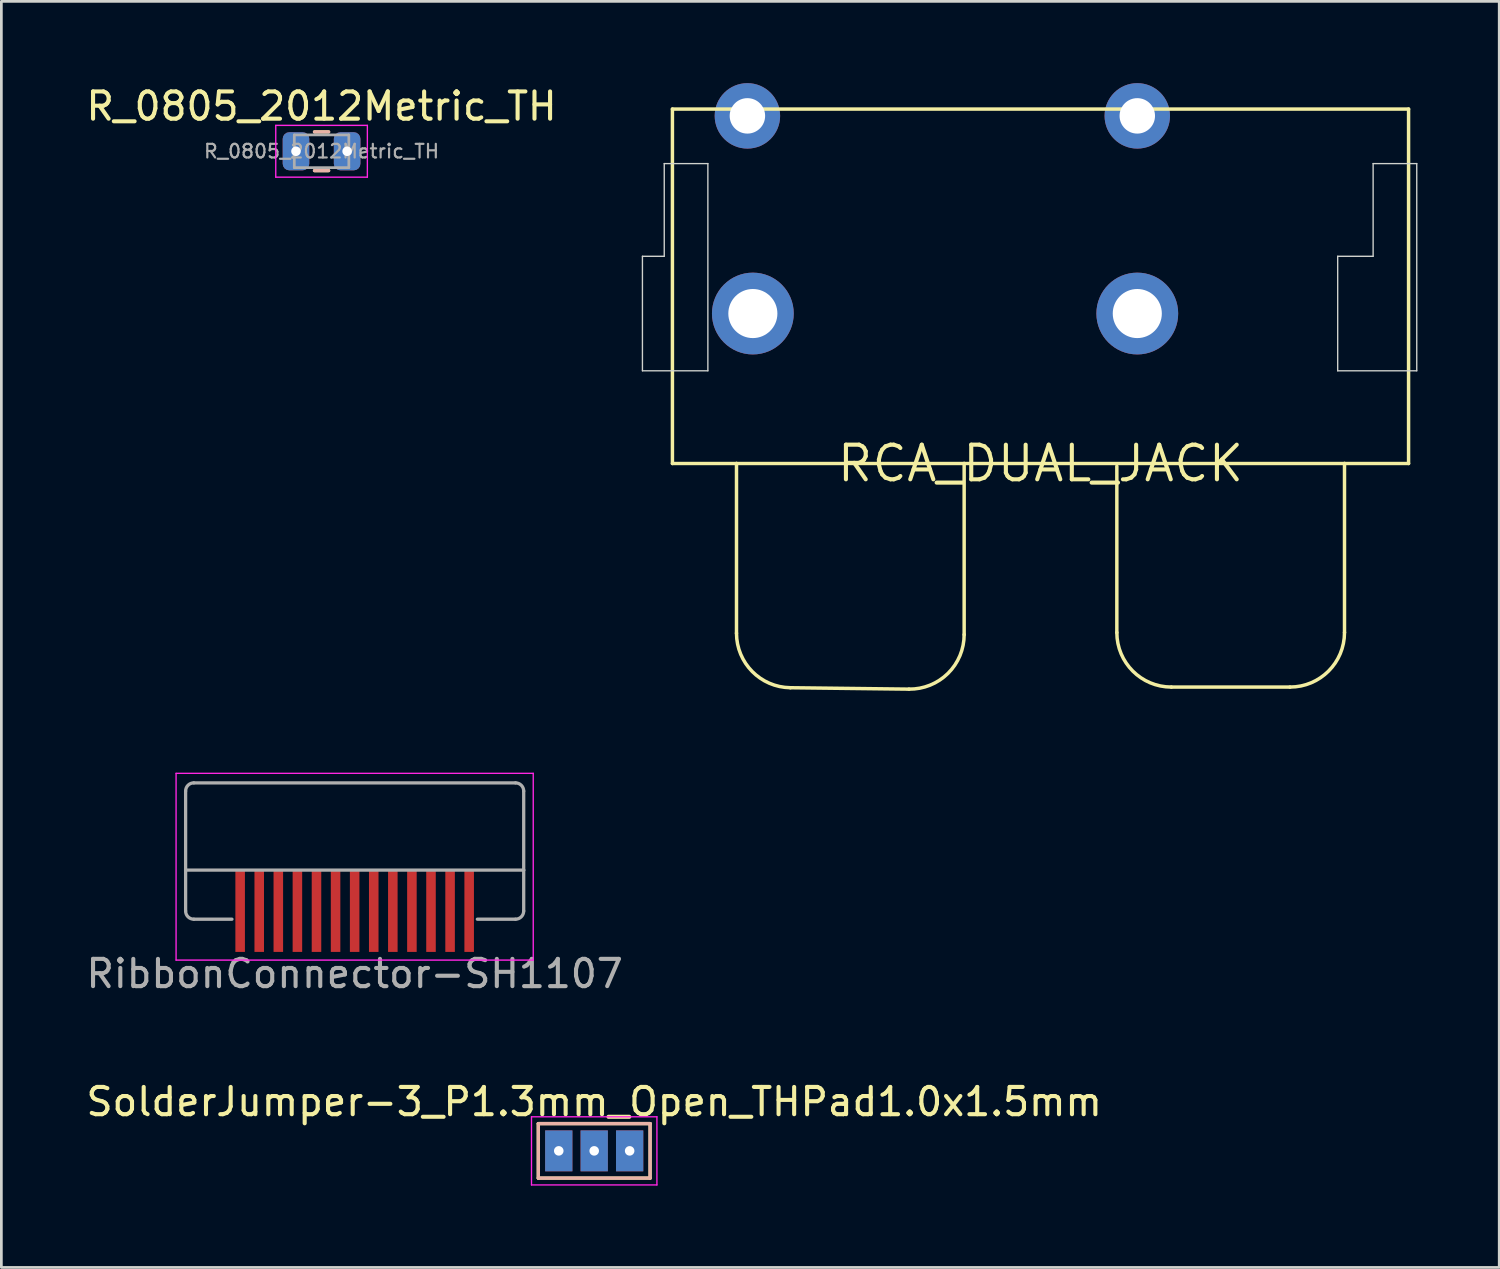
<source format=kicad_pcb>
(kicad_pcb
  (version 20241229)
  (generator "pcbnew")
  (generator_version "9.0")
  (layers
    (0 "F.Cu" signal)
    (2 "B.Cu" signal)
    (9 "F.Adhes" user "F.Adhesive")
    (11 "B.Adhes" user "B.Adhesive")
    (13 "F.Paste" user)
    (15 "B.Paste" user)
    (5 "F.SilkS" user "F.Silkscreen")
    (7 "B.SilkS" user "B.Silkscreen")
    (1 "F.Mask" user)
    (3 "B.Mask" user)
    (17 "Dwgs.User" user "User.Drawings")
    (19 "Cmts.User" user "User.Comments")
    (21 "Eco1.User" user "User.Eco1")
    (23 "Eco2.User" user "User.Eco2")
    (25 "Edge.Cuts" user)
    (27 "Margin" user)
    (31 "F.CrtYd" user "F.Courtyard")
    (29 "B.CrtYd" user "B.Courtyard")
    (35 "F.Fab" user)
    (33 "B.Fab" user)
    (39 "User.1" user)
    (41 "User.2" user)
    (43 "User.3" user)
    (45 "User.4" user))
  (footprint "RCA_DUAL_JACK"
    (layer "F.Cu")
    (at 35.113 13.95)
    (property "Reference" "RCA_DUAL_JACK" (at 0 0 0) (layer "F.SilkS") (effects (font (size 1.27 1.27) (thickness 0.15))))
    (attr through_hole)
    (fp_line (start -13.5 -13) (end 13.5 -13) (stroke (width 0.127) (type solid)) (layer "F.SilkS"))
    (fp_line (start -13.5 0) (end -13.5 -13) (stroke (width 0.127) (type solid)) (layer "F.SilkS"))
    (fp_line (start -13.5 0) (end -11.15 0) (stroke (width 0.127) (type solid)) (layer "F.SilkS"))
    (fp_line (start -11.15 0) (end -11.15 6.224) (stroke (width 0.127) (type solid)) (layer "F.SilkS"))
    (fp_line (start -11.15 0) (end -2.8 0) (stroke (width 0.127) (type solid)) (layer "F.SilkS"))
    (fp_line (start -9.174 8.224) (end -4.824 8.276) (stroke (width 0.127) (type solid)) (layer "F.SilkS"))
    (fp_line (start -2.8 0) (end 11.15 0) (stroke (width 0.127) (type solid)) (layer "F.SilkS"))
    (fp_line (start -2.8 6.276) (end -2.8 0) (stroke (width 0.127) (type solid)) (layer "F.SilkS"))
    (fp_line (start 2.8 0.1) (end 2.8 6.2) (stroke (width 0.127) (type solid)) (layer "F.SilkS"))
    (fp_line (start 4.8 8.2) (end 9.15 8.2) (stroke (width 0.127) (type solid)) (layer "F.SilkS"))
    (fp_line (start 11.15 0) (end 13.5 0) (stroke (width 0.127) (type solid)) (layer "F.SilkS"))
    (fp_line (start 11.15 6.2) (end 11.15 0) (stroke (width 0.127) (type solid)) (layer "F.SilkS"))
    (fp_line (start 13.5 -13) (end 13.5 0) (stroke (width 0.127) (type solid)) (layer "F.SilkS"))
    (fp_arc (start -9.173949 8.223665) (mid -10.572656 7.629529) (end -11.15 6.223809) (stroke (width 0.127) (type solid)) (layer "F.SilkS"))
    (fp_arc (start -2.799998 6.275903) (mid -3.394274 7.698565) (end -4.82395 8.275762) (stroke (width 0.127) (type solid)) (layer "F.SilkS"))
    (fp_arc (start 4.8 8.2) (mid 3.385786 7.614214) (end 2.8 6.2) (stroke (width 0.127) (type solid)) (layer "F.SilkS"))
    (fp_arc (start 11.15 6.2) (mid 10.564214 7.614214) (end 9.15 8.2) (stroke (width 0.127) (type solid)) (layer "F.SilkS"))
    (fp_line (start -14.6 -7.6) (end -14.6 -3.4) (stroke (width 0.05) (type solid)) (layer "Edge.Cuts"))
    (fp_line (start -14.6 -7.6) (end -13.8 -7.6) (stroke (width 0.05) (type solid)) (layer "Edge.Cuts"))
    (fp_line (start -14.6 -3.4) (end -12.2 -3.4) (stroke (width 0.05) (type solid)) (layer "Edge.Cuts"))
    (fp_line (start -13.8 -11) (end -12.2 -11) (stroke (width 0.05) (type solid)) (layer "Edge.Cuts"))
    (fp_line (start -13.8 -7.6) (end -13.8 -11) (stroke (width 0.05) (type solid)) (layer "Edge.Cuts"))
    (fp_line (start -12.2 -3.4) (end -12.2 -11) (stroke (width 0.05) (type solid)) (layer "Edge.Cuts"))
    (fp_line (start 10.9 -7.6) (end 12.2 -7.6) (stroke (width 0.05) (type solid)) (layer "Edge.Cuts"))
    (fp_line (start 10.9 -3.4) (end 10.9 -7.6) (stroke (width 0.05) (type solid)) (layer "Edge.Cuts"))
    (fp_line (start 12.2 -11) (end 12.2 -7.6) (stroke (width 0.05) (type solid)) (layer "Edge.Cuts"))
    (fp_line (start 13.8 -11) (end 12.2 -11) (stroke (width 0.05) (type solid)) (layer "Edge.Cuts"))
    (fp_line (start 13.8 -11) (end 13.8 -3.4) (stroke (width 0.05) (type solid)) (layer "Edge.Cuts"))
    (fp_line (start 13.8 -3.4) (end 10.9 -3.4) (stroke (width 0.05) (type solid)) (layer "Edge.Cuts"))
    (pad "1" thru_hole circle (at -10.75 -12.75) (size 2.4 2.4) (drill 1.3) (layers "*.Cu" "*.Mask"))
    (pad "2" thru_hole circle (at -10.55 -5.5) (size 3 3) (drill 1.8) (layers "*.Cu" "*.Mask"))
    (pad "3" thru_hole circle (at 3.55 -5.5) (size 3 3) (drill 1.8) (layers "*.Cu" "*.Mask"))
    (pad "4" thru_hole circle (at 3.55 -12.75) (size 2.4 2.4) (drill 1.3) (layers "*.Cu" "*.Mask")))
  (footprint "SolderJumper-3_P1.3mm_Open_THPad1.0x1.5mm"
    (layer "F.Cu")
    (at 18.744 39.161)
    (property "Reference" "SolderJumper-3_P1.3mm_Open_THPad1.0x1.5mm" (at 0 -1.8 0) (layer "F.SilkS") (effects (font (size 1 1) (thickness 0.15))))
    (attr exclude_from_pos_files exclude_from_bom)
    (fp_line (start -2.05 -1) (end 2.05 -1) (stroke (width 0.12) (type solid)) (layer "F.SilkS"))
    (fp_line (start -2.05 1) (end -2.05 -1) (stroke (width 0.12) (type solid)) (layer "F.SilkS"))
    (fp_line (start 2.05 -1) (end 2.05 1) (stroke (width 0.12) (type solid)) (layer "F.SilkS"))
    (fp_line (start 2.05 1) (end -2.05 1) (stroke (width 0.12) (type solid)) (layer "F.SilkS"))
    (fp_line (start -2.05 -1) (end -2.05 1) (stroke (width 0.12) (type solid)) (layer "B.SilkS"))
    (fp_line (start -2.05 1) (end 2.05 1) (stroke (width 0.12) (type solid)) (layer "B.SilkS"))
    (fp_line (start 2.05 -1) (end -2.05 -1) (stroke (width 0.12) (type solid)) (layer "B.SilkS"))
    (fp_line (start 2.05 1) (end 2.05 -1) (stroke (width 0.12) (type solid)) (layer "B.SilkS"))
    (fp_line (start -2.3 -1.25) (end -2.3 1.25) (stroke (width 0.05) (type solid)) (layer "F.CrtYd"))
    (fp_line (start -2.3 -1.25) (end 2.3 -1.25) (stroke (width 0.05) (type solid)) (layer "F.CrtYd"))
    (fp_line (start 2.3 1.25) (end -2.3 1.25) (stroke (width 0.05) (type solid)) (layer "F.CrtYd"))
    (fp_line (start 2.3 1.25) (end 2.3 -1.25) (stroke (width 0.05) (type solid)) (layer "F.CrtYd"))
    (pad "1" thru_hole rect (at -1.3 0) (size 1 1.5) (drill 0.35) (layers "*.Cu" "*.Mask"))
    (pad "2" thru_hole rect (at 0 0) (size 1 1.5) (drill 0.35) (layers "*.Cu" "*.Mask"))
    (pad "3" thru_hole rect (at 1.3 0) (size 1 1.5) (drill 0.35) (layers "*.Cu" "*.Mask")))
  (footprint "RibbonConnector-SH1107"
    (layer "F.Cu")
    (at 9.958 30.664)
    (property "Reference" "RibbonConnector-SH1107" (at 0 2 0) (layer "F.Fab") (effects (font (size 1 1) (thickness 0.15))))
    (attr through_hole)
    (fp_line (start -6.55 -5.35) (end -6.55 1.5) (stroke (width 0.05) (type solid)) (layer "F.CrtYd"))
    (fp_line (start 6.55 -5.35) (end -6.55 -5.35) (stroke (width 0.05) (type solid)) (layer "F.CrtYd"))
    (fp_line (start 6.55 -5.35) (end 6.55 1.5) (stroke (width 0.05) (type solid)) (layer "F.CrtYd"))
    (fp_line (start 6.55 1.5) (end -6.55 1.5) (stroke (width 0.05) (type solid)) (layer "F.CrtYd"))
    (fp_line (start -6.2 -1.8) (end -6.2 -4.7) (stroke (width 0.12) (type solid)) (layer "F.Fab"))
    (fp_line (start -6.2 -1.8) (end -6.2 -0.3) (stroke (width 0.12) (type solid)) (layer "F.Fab"))
    (fp_line (start -5.9 -5) (end 5.9 -5) (stroke (width 0.12) (type solid)) (layer "F.Fab"))
    (fp_line (start -4.5 0) (end -5.9 0) (stroke (width 0.12) (type solid)) (layer "F.Fab"))
    (fp_line (start 5.9 0) (end 4.5 0) (stroke (width 0.12) (type solid)) (layer "F.Fab"))
    (fp_line (start 6.2 -1.8) (end -6.2 -1.8) (stroke (width 0.12) (type solid)) (layer "F.Fab"))
    (fp_line (start 6.2 -1.8) (end 6.2 -4.7) (stroke (width 0.12) (type solid)) (layer "F.Fab"))
    (fp_line (start 6.2 -1.8) (end 6.2 -0.3) (stroke (width 0.12) (type solid)) (layer "F.Fab"))
    (fp_arc (start -6.2 -4.7) (mid -6.112132 -4.912132) (end -5.9 -5) (stroke (width 0.12) (type solid)) (layer "F.Fab"))
    (fp_arc (start -5.9 0) (mid -6.112132 -0.087868) (end -6.2 -0.3) (stroke (width 0.12) (type solid)) (layer "F.Fab"))
    (fp_arc (start 5.9 -5) (mid 6.112132 -4.912132) (end 6.2 -4.7) (stroke (width 0.12) (type solid)) (layer "F.Fab"))
    (fp_arc (start 6.2 -0.3) (mid 6.112132 -0.087868) (end 5.9 0) (stroke (width 0.12) (type solid)) (layer "F.Fab"))
    (pad "1" smd rect (at -4.2 -0.3) (size 0.35 3) (layers "F.Cu" "F.Mask" "F.Paste"))
    (pad "2" smd rect (at -3.5 -0.3) (size 0.35 3) (layers "F.Cu" "F.Mask" "F.Paste"))
    (pad "3" smd rect (at -2.8 -0.3) (size 0.35 3) (layers "F.Cu" "F.Mask" "F.Paste"))
    (pad "4" smd rect (at -2.1 -0.3) (size 0.35 3) (layers "F.Cu" "F.Mask" "F.Paste"))
    (pad "5" smd rect (at -1.4 -0.3) (size 0.35 3) (layers "F.Cu" "F.Mask" "F.Paste"))
    (pad "6" smd rect (at -0.7 -0.3) (size 0.35 3) (layers "F.Cu" "F.Mask" "F.Paste"))
    (pad "7" smd rect (at 0 -0.3) (size 0.35 3) (layers "F.Cu" "F.Mask" "F.Paste"))
    (pad "8" smd rect (at 0.7 -0.3) (size 0.35 3) (layers "F.Cu" "F.Mask" "F.Paste"))
    (pad "9" smd rect (at 1.4 -0.3) (size 0.35 3) (layers "F.Cu" "F.Mask" "F.Paste"))
    (pad "10" smd rect (at 2.1 -0.3) (size 0.35 3) (layers "F.Cu" "F.Mask" "F.Paste"))
    (pad "11" smd rect (at 2.8 -0.3) (size 0.35 3) (layers "F.Cu" "F.Mask" "F.Paste"))
    (pad "12" smd rect (at 3.5 -0.3) (size 0.35 3) (layers "F.Cu" "F.Mask" "F.Paste"))
    (pad "13" smd rect (at 4.2 -0.3) (size 0.35 3) (layers "F.Cu" "F.Mask" "F.Paste")))
  (footprint "R_0805_2012Metric_TH"
    (layer "F.Cu")
    (at 8.744 2.498)
    (property "Reference" "R_0805_2012Metric_TH" (at 0 -1.65 0) (layer "F.SilkS") (effects (font (size 1 1) (thickness 0.15))))
    (attr smd)
    (fp_line (start -0.259 -0.71) (end 0.259 -0.71) (stroke (width 0.12) (type solid)) (layer "F.SilkS"))
    (fp_line (start -0.259 0.71) (end 0.259 0.71) (stroke (width 0.12) (type solid)) (layer "F.SilkS"))
    (fp_line (start -0.259 -0.71) (end 0.259 -0.71) (stroke (width 0.12) (type solid)) (layer "B.SilkS"))
    (fp_line (start -0.259 0.71) (end 0.259 0.71) (stroke (width 0.12) (type solid)) (layer "B.SilkS"))
    (fp_line (start -1.68 -0.95) (end 1.68 -0.95) (stroke (width 0.05) (type solid)) (layer "F.CrtYd"))
    (fp_line (start -1.68 0.95) (end -1.68 -0.95) (stroke (width 0.05) (type solid)) (layer "F.CrtYd"))
    (fp_line (start 1.68 -0.95) (end 1.68 0.95) (stroke (width 0.05) (type solid)) (layer "F.CrtYd"))
    (fp_line (start 1.68 0.95) (end -1.68 0.95) (stroke (width 0.05) (type solid)) (layer "F.CrtYd"))
    (fp_line (start -1 -0.6) (end 1 -0.6) (stroke (width 0.1) (type solid)) (layer "F.Fab"))
    (fp_line (start -1 0.6) (end -1 -0.6) (stroke (width 0.1) (type solid)) (layer "F.Fab"))
    (fp_line (start 1 -0.6) (end 1 0.6) (stroke (width 0.1) (type solid)) (layer "F.Fab"))
    (fp_line (start 1 0.6) (end -1 0.6) (stroke (width 0.1) (type solid)) (layer "F.Fab"))
    (fp_text user "${REFERENCE}" (at 0 0 0) (layer "F.Fab") (effects (font (size 0.5 0.5) (thickness 0.08))))
    (pad "1" thru_hole roundrect (at -0.938 0) (size 0.975 1.4) (drill 0.35) (layers "*.Cu" "*.Mask") (roundrect_rratio 0.25))
    (pad "2" thru_hole roundrect (at 0.938 0) (size 0.975 1.4) (drill 0.35) (layers "*.Cu" "*.Mask") (roundrect_rratio 0.25)))
  (gr_rect
    (start -3 -3)
    (end 51.938 43.436)
    (stroke (width 0.1) (type default))
    (fill no)
    (layer "Edge.Cuts")))
</source>
